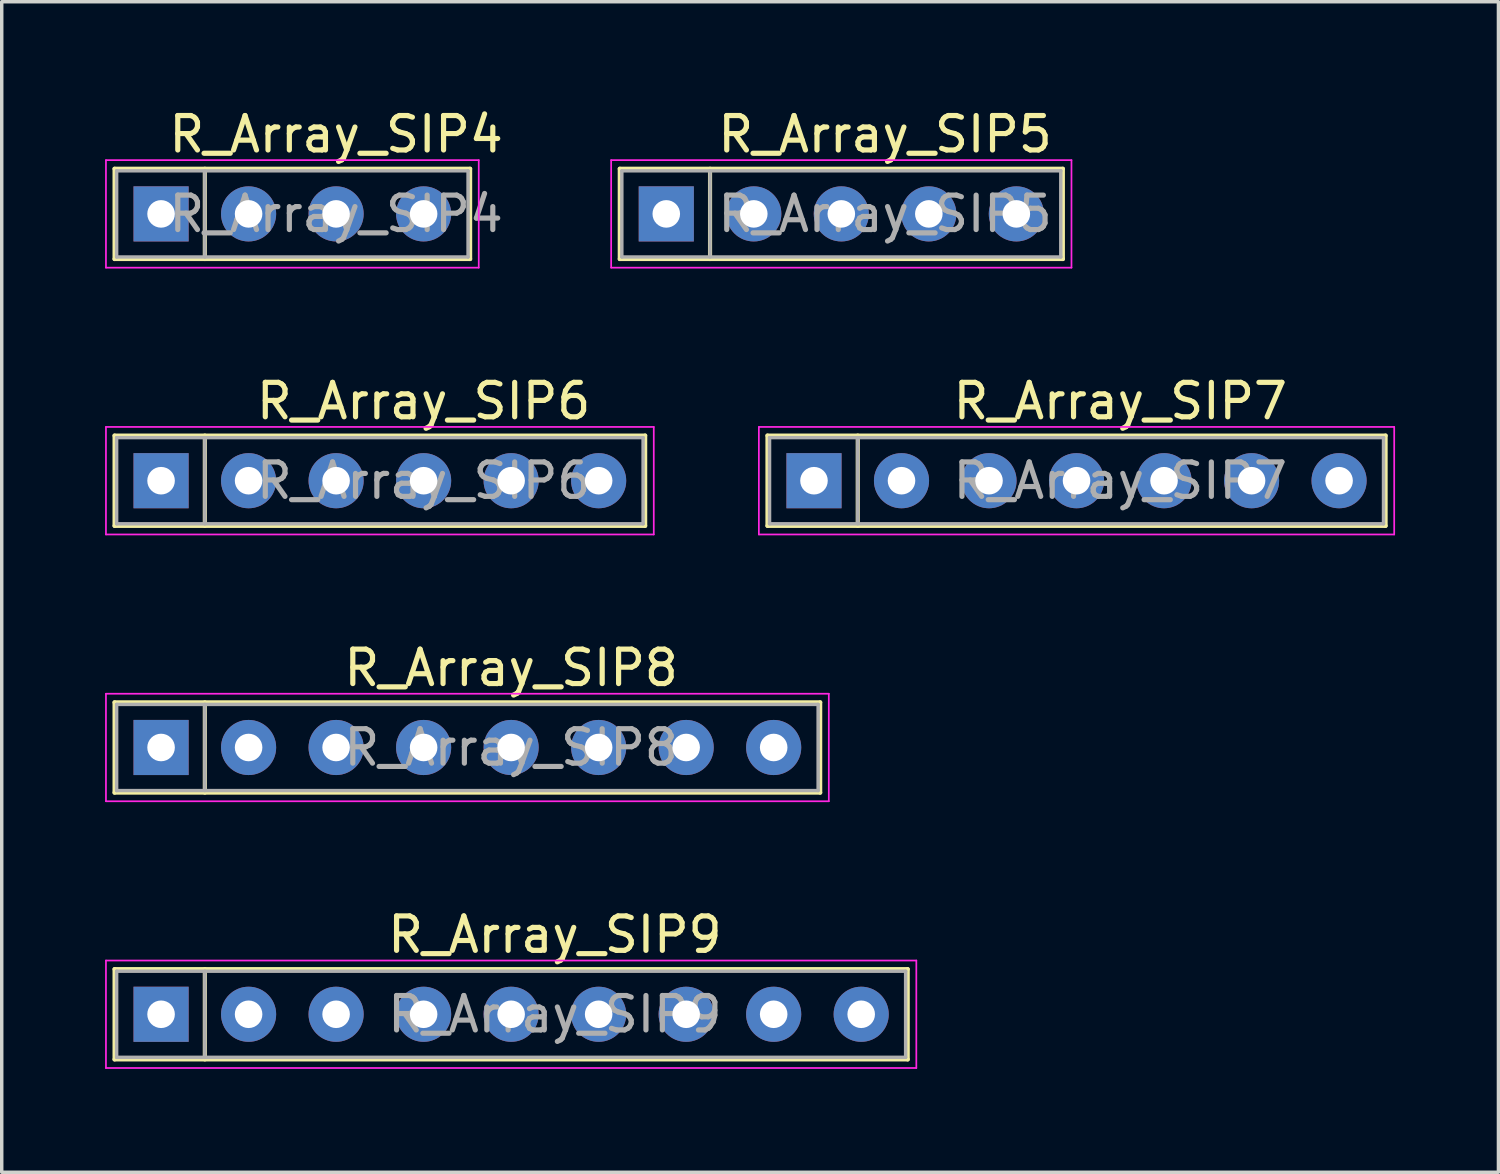
<source format=kicad_pcb>
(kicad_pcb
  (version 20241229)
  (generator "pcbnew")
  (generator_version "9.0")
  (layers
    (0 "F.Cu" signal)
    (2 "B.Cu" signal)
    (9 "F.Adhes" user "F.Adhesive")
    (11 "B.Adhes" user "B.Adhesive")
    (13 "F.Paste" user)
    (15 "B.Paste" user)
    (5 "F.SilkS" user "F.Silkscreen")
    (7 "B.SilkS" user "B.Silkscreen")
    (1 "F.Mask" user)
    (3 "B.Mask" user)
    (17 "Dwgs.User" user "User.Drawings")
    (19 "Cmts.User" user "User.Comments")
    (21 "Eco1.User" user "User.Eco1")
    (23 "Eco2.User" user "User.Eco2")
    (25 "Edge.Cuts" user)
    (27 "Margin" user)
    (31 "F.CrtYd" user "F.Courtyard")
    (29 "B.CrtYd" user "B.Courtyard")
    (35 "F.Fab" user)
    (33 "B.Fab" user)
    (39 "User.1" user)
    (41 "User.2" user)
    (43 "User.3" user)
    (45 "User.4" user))
  (footprint "R_Array_SIP8"
    (layer "F.Cu")
    (at 1.625 18.645)
    (property "Reference" "R_Array_SIP8" (at 10.16 -2.31 0) (layer "F.SilkS") (effects (font (size 1 1) (thickness 0.15))))
    (attr through_hole)
    (fp_line (start -1.35 -1.31) (end -1.35 1.31) (stroke (width 0.12) (type solid)) (layer "F.SilkS"))
    (fp_line (start -1.35 1.31) (end 19.13 1.31) (stroke (width 0.12) (type solid)) (layer "F.SilkS"))
    (fp_line (start 1.27 -1.31) (end 1.27 1.31) (stroke (width 0.12) (type solid)) (layer "F.SilkS"))
    (fp_line (start 19.13 -1.31) (end -1.35 -1.31) (stroke (width 0.12) (type solid)) (layer "F.SilkS"))
    (fp_line (start 19.13 1.31) (end 19.13 -1.31) (stroke (width 0.12) (type solid)) (layer "F.SilkS"))
    (fp_line (start -1.6 -1.56) (end -1.6 1.56) (stroke (width 0.05) (type solid)) (layer "F.CrtYd"))
    (fp_line (start -1.6 1.56) (end 19.38 1.56) (stroke (width 0.05) (type solid)) (layer "F.CrtYd"))
    (fp_line (start 19.38 -1.56) (end -1.6 -1.56) (stroke (width 0.05) (type solid)) (layer "F.CrtYd"))
    (fp_line (start 19.38 1.56) (end 19.38 -1.56) (stroke (width 0.05) (type solid)) (layer "F.CrtYd"))
    (fp_line (start -1.29 -1.25) (end -1.29 1.25) (stroke (width 0.1) (type solid)) (layer "F.Fab"))
    (fp_line (start -1.29 1.25) (end 19.07 1.25) (stroke (width 0.1) (type solid)) (layer "F.Fab"))
    (fp_line (start 1.27 -1.25) (end 1.27 1.25) (stroke (width 0.1) (type solid)) (layer "F.Fab"))
    (fp_line (start 19.07 -1.25) (end -1.29 -1.25) (stroke (width 0.1) (type solid)) (layer "F.Fab"))
    (fp_line (start 19.07 1.25) (end 19.07 -1.25) (stroke (width 0.1) (type solid)) (layer "F.Fab"))
    (fp_text user "${REFERENCE}" (at 10.16 0 0) (layer "F.Fab") (effects (font (size 1 1) (thickness 0.15))))
    (pad "1" thru_hole rect (at 0 0) (size 1.6 1.6) (drill 0.8) (layers "*.Cu" "*.Mask"))
    (pad "2" thru_hole circle (at 2.54 0) (size 1.6 1.6) (drill 0.8) (layers "*.Cu" "*.Mask"))
    (pad "3" thru_hole circle (at 5.08 0) (size 1.6 1.6) (drill 0.8) (layers "*.Cu" "*.Mask"))
    (pad "4" thru_hole circle (at 7.62 0) (size 1.6 1.6) (drill 0.8) (layers "*.Cu" "*.Mask"))
    (pad "5" thru_hole circle (at 10.16 0) (size 1.6 1.6) (drill 0.8) (layers "*.Cu" "*.Mask"))
    (pad "6" thru_hole circle (at 12.7 0) (size 1.6 1.6) (drill 0.8) (layers "*.Cu" "*.Mask"))
    (pad "7" thru_hole circle (at 15.24 0) (size 1.6 1.6) (drill 0.8) (layers "*.Cu" "*.Mask"))
    (pad "8" thru_hole circle (at 17.78 0) (size 1.6 1.6) (drill 0.8) (layers "*.Cu" "*.Mask")))
  (footprint "R_Array_SIP7"
    (layer "F.Cu")
    (at 20.575 10.902)
    (property "Reference" "R_Array_SIP7" (at 8.89 -2.31 0) (layer "F.SilkS") (effects (font (size 1 1) (thickness 0.15))))
    (attr through_hole)
    (fp_line (start -1.35 -1.31) (end -1.35 1.31) (stroke (width 0.12) (type solid)) (layer "F.SilkS"))
    (fp_line (start -1.35 1.31) (end 16.59 1.31) (stroke (width 0.12) (type solid)) (layer "F.SilkS"))
    (fp_line (start 1.27 -1.31) (end 1.27 1.31) (stroke (width 0.12) (type solid)) (layer "F.SilkS"))
    (fp_line (start 16.59 -1.31) (end -1.35 -1.31) (stroke (width 0.12) (type solid)) (layer "F.SilkS"))
    (fp_line (start 16.59 1.31) (end 16.59 -1.31) (stroke (width 0.12) (type solid)) (layer "F.SilkS"))
    (fp_line (start -1.6 -1.56) (end -1.6 1.56) (stroke (width 0.05) (type solid)) (layer "F.CrtYd"))
    (fp_line (start -1.6 1.56) (end 16.84 1.56) (stroke (width 0.05) (type solid)) (layer "F.CrtYd"))
    (fp_line (start 16.84 -1.56) (end -1.6 -1.56) (stroke (width 0.05) (type solid)) (layer "F.CrtYd"))
    (fp_line (start 16.84 1.56) (end 16.84 -1.56) (stroke (width 0.05) (type solid)) (layer "F.CrtYd"))
    (fp_line (start -1.29 -1.25) (end -1.29 1.25) (stroke (width 0.1) (type solid)) (layer "F.Fab"))
    (fp_line (start -1.29 1.25) (end 16.53 1.25) (stroke (width 0.1) (type solid)) (layer "F.Fab"))
    (fp_line (start 1.27 -1.25) (end 1.27 1.25) (stroke (width 0.1) (type solid)) (layer "F.Fab"))
    (fp_line (start 16.53 -1.25) (end -1.29 -1.25) (stroke (width 0.1) (type solid)) (layer "F.Fab"))
    (fp_line (start 16.53 1.25) (end 16.53 -1.25) (stroke (width 0.1) (type solid)) (layer "F.Fab"))
    (fp_text user "${REFERENCE}" (at 8.89 0 0) (layer "F.Fab") (effects (font (size 1 1) (thickness 0.15))))
    (pad "1" thru_hole rect (at 0 0) (size 1.6 1.6) (drill 0.8) (layers "*.Cu" "*.Mask"))
    (pad "2" thru_hole circle (at 2.54 0) (size 1.6 1.6) (drill 0.8) (layers "*.Cu" "*.Mask"))
    (pad "3" thru_hole circle (at 5.08 0) (size 1.6 1.6) (drill 0.8) (layers "*.Cu" "*.Mask"))
    (pad "4" thru_hole circle (at 7.62 0) (size 1.6 1.6) (drill 0.8) (layers "*.Cu" "*.Mask"))
    (pad "5" thru_hole circle (at 10.16 0) (size 1.6 1.6) (drill 0.8) (layers "*.Cu" "*.Mask"))
    (pad "6" thru_hole circle (at 12.7 0) (size 1.6 1.6) (drill 0.8) (layers "*.Cu" "*.Mask"))
    (pad "7" thru_hole circle (at 15.24 0) (size 1.6 1.6) (drill 0.8) (layers "*.Cu" "*.Mask")))
  (footprint "R_Array_SIP4"
    (layer "F.Cu")
    (at 1.625 3.158)
    (property "Reference" "R_Array_SIP4" (at 5.08 -2.31 0) (layer "F.SilkS") (effects (font (size 1 1) (thickness 0.15))))
    (attr through_hole)
    (fp_line (start -1.35 -1.31) (end -1.35 1.31) (stroke (width 0.12) (type solid)) (layer "F.SilkS"))
    (fp_line (start -1.35 1.31) (end 8.97 1.31) (stroke (width 0.12) (type solid)) (layer "F.SilkS"))
    (fp_line (start 1.27 -1.31) (end 1.27 1.31) (stroke (width 0.12) (type solid)) (layer "F.SilkS"))
    (fp_line (start 8.97 -1.31) (end -1.35 -1.31) (stroke (width 0.12) (type solid)) (layer "F.SilkS"))
    (fp_line (start 8.97 1.31) (end 8.97 -1.31) (stroke (width 0.12) (type solid)) (layer "F.SilkS"))
    (fp_line (start -1.6 -1.56) (end -1.6 1.56) (stroke (width 0.05) (type solid)) (layer "F.CrtYd"))
    (fp_line (start -1.6 1.56) (end 9.22 1.56) (stroke (width 0.05) (type solid)) (layer "F.CrtYd"))
    (fp_line (start 9.22 -1.56) (end -1.6 -1.56) (stroke (width 0.05) (type solid)) (layer "F.CrtYd"))
    (fp_line (start 9.22 1.56) (end 9.22 -1.56) (stroke (width 0.05) (type solid)) (layer "F.CrtYd"))
    (fp_line (start -1.29 -1.25) (end -1.29 1.25) (stroke (width 0.1) (type solid)) (layer "F.Fab"))
    (fp_line (start -1.29 1.25) (end 8.91 1.25) (stroke (width 0.1) (type solid)) (layer "F.Fab"))
    (fp_line (start 1.27 -1.25) (end 1.27 1.25) (stroke (width 0.1) (type solid)) (layer "F.Fab"))
    (fp_line (start 8.91 -1.25) (end -1.29 -1.25) (stroke (width 0.1) (type solid)) (layer "F.Fab"))
    (fp_line (start 8.91 1.25) (end 8.91 -1.25) (stroke (width 0.1) (type solid)) (layer "F.Fab"))
    (fp_text user "${REFERENCE}" (at 5.08 0 0) (layer "F.Fab") (effects (font (size 1 1) (thickness 0.15))))
    (pad "1" thru_hole rect (at 0 0) (size 1.6 1.6) (drill 0.8) (layers "*.Cu" "*.Mask"))
    (pad "2" thru_hole circle (at 2.54 0) (size 1.6 1.6) (drill 0.8) (layers "*.Cu" "*.Mask"))
    (pad "3" thru_hole circle (at 5.08 0) (size 1.6 1.6) (drill 0.8) (layers "*.Cu" "*.Mask"))
    (pad "4" thru_hole circle (at 7.62 0) (size 1.6 1.6) (drill 0.8) (layers "*.Cu" "*.Mask")))
  (footprint "R_Array_SIP6"
    (layer "F.Cu")
    (at 1.625 10.902)
    (property "Reference" "R_Array_SIP6" (at 7.62 -2.31 0) (layer "F.SilkS") (effects (font (size 1 1) (thickness 0.15))))
    (attr through_hole)
    (fp_line (start -1.35 -1.31) (end -1.35 1.31) (stroke (width 0.12) (type solid)) (layer "F.SilkS"))
    (fp_line (start -1.35 1.31) (end 14.05 1.31) (stroke (width 0.12) (type solid)) (layer "F.SilkS"))
    (fp_line (start 1.27 -1.31) (end 1.27 1.31) (stroke (width 0.12) (type solid)) (layer "F.SilkS"))
    (fp_line (start 14.05 -1.31) (end -1.35 -1.31) (stroke (width 0.12) (type solid)) (layer "F.SilkS"))
    (fp_line (start 14.05 1.31) (end 14.05 -1.31) (stroke (width 0.12) (type solid)) (layer "F.SilkS"))
    (fp_line (start -1.6 -1.56) (end -1.6 1.56) (stroke (width 0.05) (type solid)) (layer "F.CrtYd"))
    (fp_line (start -1.6 1.56) (end 14.3 1.56) (stroke (width 0.05) (type solid)) (layer "F.CrtYd"))
    (fp_line (start 14.3 -1.56) (end -1.6 -1.56) (stroke (width 0.05) (type solid)) (layer "F.CrtYd"))
    (fp_line (start 14.3 1.56) (end 14.3 -1.56) (stroke (width 0.05) (type solid)) (layer "F.CrtYd"))
    (fp_line (start -1.29 -1.25) (end -1.29 1.25) (stroke (width 0.1) (type solid)) (layer "F.Fab"))
    (fp_line (start -1.29 1.25) (end 13.99 1.25) (stroke (width 0.1) (type solid)) (layer "F.Fab"))
    (fp_line (start 1.27 -1.25) (end 1.27 1.25) (stroke (width 0.1) (type solid)) (layer "F.Fab"))
    (fp_line (start 13.99 -1.25) (end -1.29 -1.25) (stroke (width 0.1) (type solid)) (layer "F.Fab"))
    (fp_line (start 13.99 1.25) (end 13.99 -1.25) (stroke (width 0.1) (type solid)) (layer "F.Fab"))
    (fp_text user "${REFERENCE}" (at 7.62 0 0) (layer "F.Fab") (effects (font (size 1 1) (thickness 0.15))))
    (pad "1" thru_hole rect (at 0 0) (size 1.6 1.6) (drill 0.8) (layers "*.Cu" "*.Mask"))
    (pad "2" thru_hole circle (at 2.54 0) (size 1.6 1.6) (drill 0.8) (layers "*.Cu" "*.Mask"))
    (pad "3" thru_hole circle (at 5.08 0) (size 1.6 1.6) (drill 0.8) (layers "*.Cu" "*.Mask"))
    (pad "4" thru_hole circle (at 7.62 0) (size 1.6 1.6) (drill 0.8) (layers "*.Cu" "*.Mask"))
    (pad "5" thru_hole circle (at 10.16 0) (size 1.6 1.6) (drill 0.8) (layers "*.Cu" "*.Mask"))
    (pad "6" thru_hole circle (at 12.7 0) (size 1.6 1.6) (drill 0.8) (layers "*.Cu" "*.Mask")))
  (footprint "R_Array_SIP5"
    (layer "F.Cu")
    (at 16.288 3.158)
    (property "Reference" "R_Array_SIP5" (at 6.35 -2.31 0) (layer "F.SilkS") (effects (font (size 1 1) (thickness 0.15))))
    (attr through_hole)
    (fp_line (start -1.35 -1.31) (end -1.35 1.31) (stroke (width 0.12) (type solid)) (layer "F.SilkS"))
    (fp_line (start -1.35 1.31) (end 11.51 1.31) (stroke (width 0.12) (type solid)) (layer "F.SilkS"))
    (fp_line (start 1.27 -1.31) (end 1.27 1.31) (stroke (width 0.12) (type solid)) (layer "F.SilkS"))
    (fp_line (start 11.51 -1.31) (end -1.35 -1.31) (stroke (width 0.12) (type solid)) (layer "F.SilkS"))
    (fp_line (start 11.51 1.31) (end 11.51 -1.31) (stroke (width 0.12) (type solid)) (layer "F.SilkS"))
    (fp_line (start -1.6 -1.56) (end -1.6 1.56) (stroke (width 0.05) (type solid)) (layer "F.CrtYd"))
    (fp_line (start -1.6 1.56) (end 11.76 1.56) (stroke (width 0.05) (type solid)) (layer "F.CrtYd"))
    (fp_line (start 11.76 -1.56) (end -1.6 -1.56) (stroke (width 0.05) (type solid)) (layer "F.CrtYd"))
    (fp_line (start 11.76 1.56) (end 11.76 -1.56) (stroke (width 0.05) (type solid)) (layer "F.CrtYd"))
    (fp_line (start -1.29 -1.25) (end -1.29 1.25) (stroke (width 0.1) (type solid)) (layer "F.Fab"))
    (fp_line (start -1.29 1.25) (end 11.45 1.25) (stroke (width 0.1) (type solid)) (layer "F.Fab"))
    (fp_line (start 1.27 -1.25) (end 1.27 1.25) (stroke (width 0.1) (type solid)) (layer "F.Fab"))
    (fp_line (start 11.45 -1.25) (end -1.29 -1.25) (stroke (width 0.1) (type solid)) (layer "F.Fab"))
    (fp_line (start 11.45 1.25) (end 11.45 -1.25) (stroke (width 0.1) (type solid)) (layer "F.Fab"))
    (fp_text user "${REFERENCE}" (at 6.35 0 0) (layer "F.Fab") (effects (font (size 1 1) (thickness 0.15))))
    (pad "1" thru_hole rect (at 0 0) (size 1.6 1.6) (drill 0.8) (layers "*.Cu" "*.Mask"))
    (pad "2" thru_hole circle (at 2.54 0) (size 1.6 1.6) (drill 0.8) (layers "*.Cu" "*.Mask"))
    (pad "3" thru_hole circle (at 5.08 0) (size 1.6 1.6) (drill 0.8) (layers "*.Cu" "*.Mask"))
    (pad "4" thru_hole circle (at 7.62 0) (size 1.6 1.6) (drill 0.8) (layers "*.Cu" "*.Mask"))
    (pad "5" thru_hole circle (at 10.16 0) (size 1.6 1.6) (drill 0.8) (layers "*.Cu" "*.Mask")))
  (footprint "R_Array_SIP9"
    (layer "F.Cu")
    (at 1.625 26.388)
    (property "Reference" "R_Array_SIP9" (at 11.43 -2.31 0) (layer "F.SilkS") (effects (font (size 1 1) (thickness 0.15))))
    (attr through_hole)
    (fp_line (start -1.35 -1.31) (end -1.35 1.31) (stroke (width 0.12) (type solid)) (layer "F.SilkS"))
    (fp_line (start -1.35 1.31) (end 21.67 1.31) (stroke (width 0.12) (type solid)) (layer "F.SilkS"))
    (fp_line (start 1.27 -1.31) (end 1.27 1.31) (stroke (width 0.12) (type solid)) (layer "F.SilkS"))
    (fp_line (start 21.67 -1.31) (end -1.35 -1.31) (stroke (width 0.12) (type solid)) (layer "F.SilkS"))
    (fp_line (start 21.67 1.31) (end 21.67 -1.31) (stroke (width 0.12) (type solid)) (layer "F.SilkS"))
    (fp_line (start -1.6 -1.56) (end -1.6 1.56) (stroke (width 0.05) (type solid)) (layer "F.CrtYd"))
    (fp_line (start -1.6 1.56) (end 21.92 1.56) (stroke (width 0.05) (type solid)) (layer "F.CrtYd"))
    (fp_line (start 21.92 -1.56) (end -1.6 -1.56) (stroke (width 0.05) (type solid)) (layer "F.CrtYd"))
    (fp_line (start 21.92 1.56) (end 21.92 -1.56) (stroke (width 0.05) (type solid)) (layer "F.CrtYd"))
    (fp_line (start -1.29 -1.25) (end -1.29 1.25) (stroke (width 0.1) (type solid)) (layer "F.Fab"))
    (fp_line (start -1.29 1.25) (end 21.61 1.25) (stroke (width 0.1) (type solid)) (layer "F.Fab"))
    (fp_line (start 1.27 -1.25) (end 1.27 1.25) (stroke (width 0.1) (type solid)) (layer "F.Fab"))
    (fp_line (start 21.61 -1.25) (end -1.29 -1.25) (stroke (width 0.1) (type solid)) (layer "F.Fab"))
    (fp_line (start 21.61 1.25) (end 21.61 -1.25) (stroke (width 0.1) (type solid)) (layer "F.Fab"))
    (fp_text user "${REFERENCE}" (at 11.43 0 0) (layer "F.Fab") (effects (font (size 1 1) (thickness 0.15))))
    (pad "1" thru_hole rect (at 0 0) (size 1.6 1.6) (drill 0.8) (layers "*.Cu" "*.Mask"))
    (pad "2" thru_hole circle (at 2.54 0) (size 1.6 1.6) (drill 0.8) (layers "*.Cu" "*.Mask"))
    (pad "3" thru_hole circle (at 5.08 0) (size 1.6 1.6) (drill 0.8) (layers "*.Cu" "*.Mask"))
    (pad "4" thru_hole circle (at 7.62 0) (size 1.6 1.6) (drill 0.8) (layers "*.Cu" "*.Mask"))
    (pad "5" thru_hole circle (at 10.16 0) (size 1.6 1.6) (drill 0.8) (layers "*.Cu" "*.Mask"))
    (pad "6" thru_hole circle (at 12.7 0) (size 1.6 1.6) (drill 0.8) (layers "*.Cu" "*.Mask"))
    (pad "7" thru_hole circle (at 15.24 0) (size 1.6 1.6) (drill 0.8) (layers "*.Cu" "*.Mask"))
    (pad "8" thru_hole circle (at 17.78 0) (size 1.6 1.6) (drill 0.8) (layers "*.Cu" "*.Mask"))
    (pad "9" thru_hole circle (at 20.32 0) (size 1.6 1.6) (drill 0.8) (layers "*.Cu" "*.Mask")))
  (gr_rect
    (start -3 -3)
    (end 40.44 30.973)
    (stroke (width 0.1) (type default))
    (fill no)
    (layer "Edge.Cuts")))
</source>
